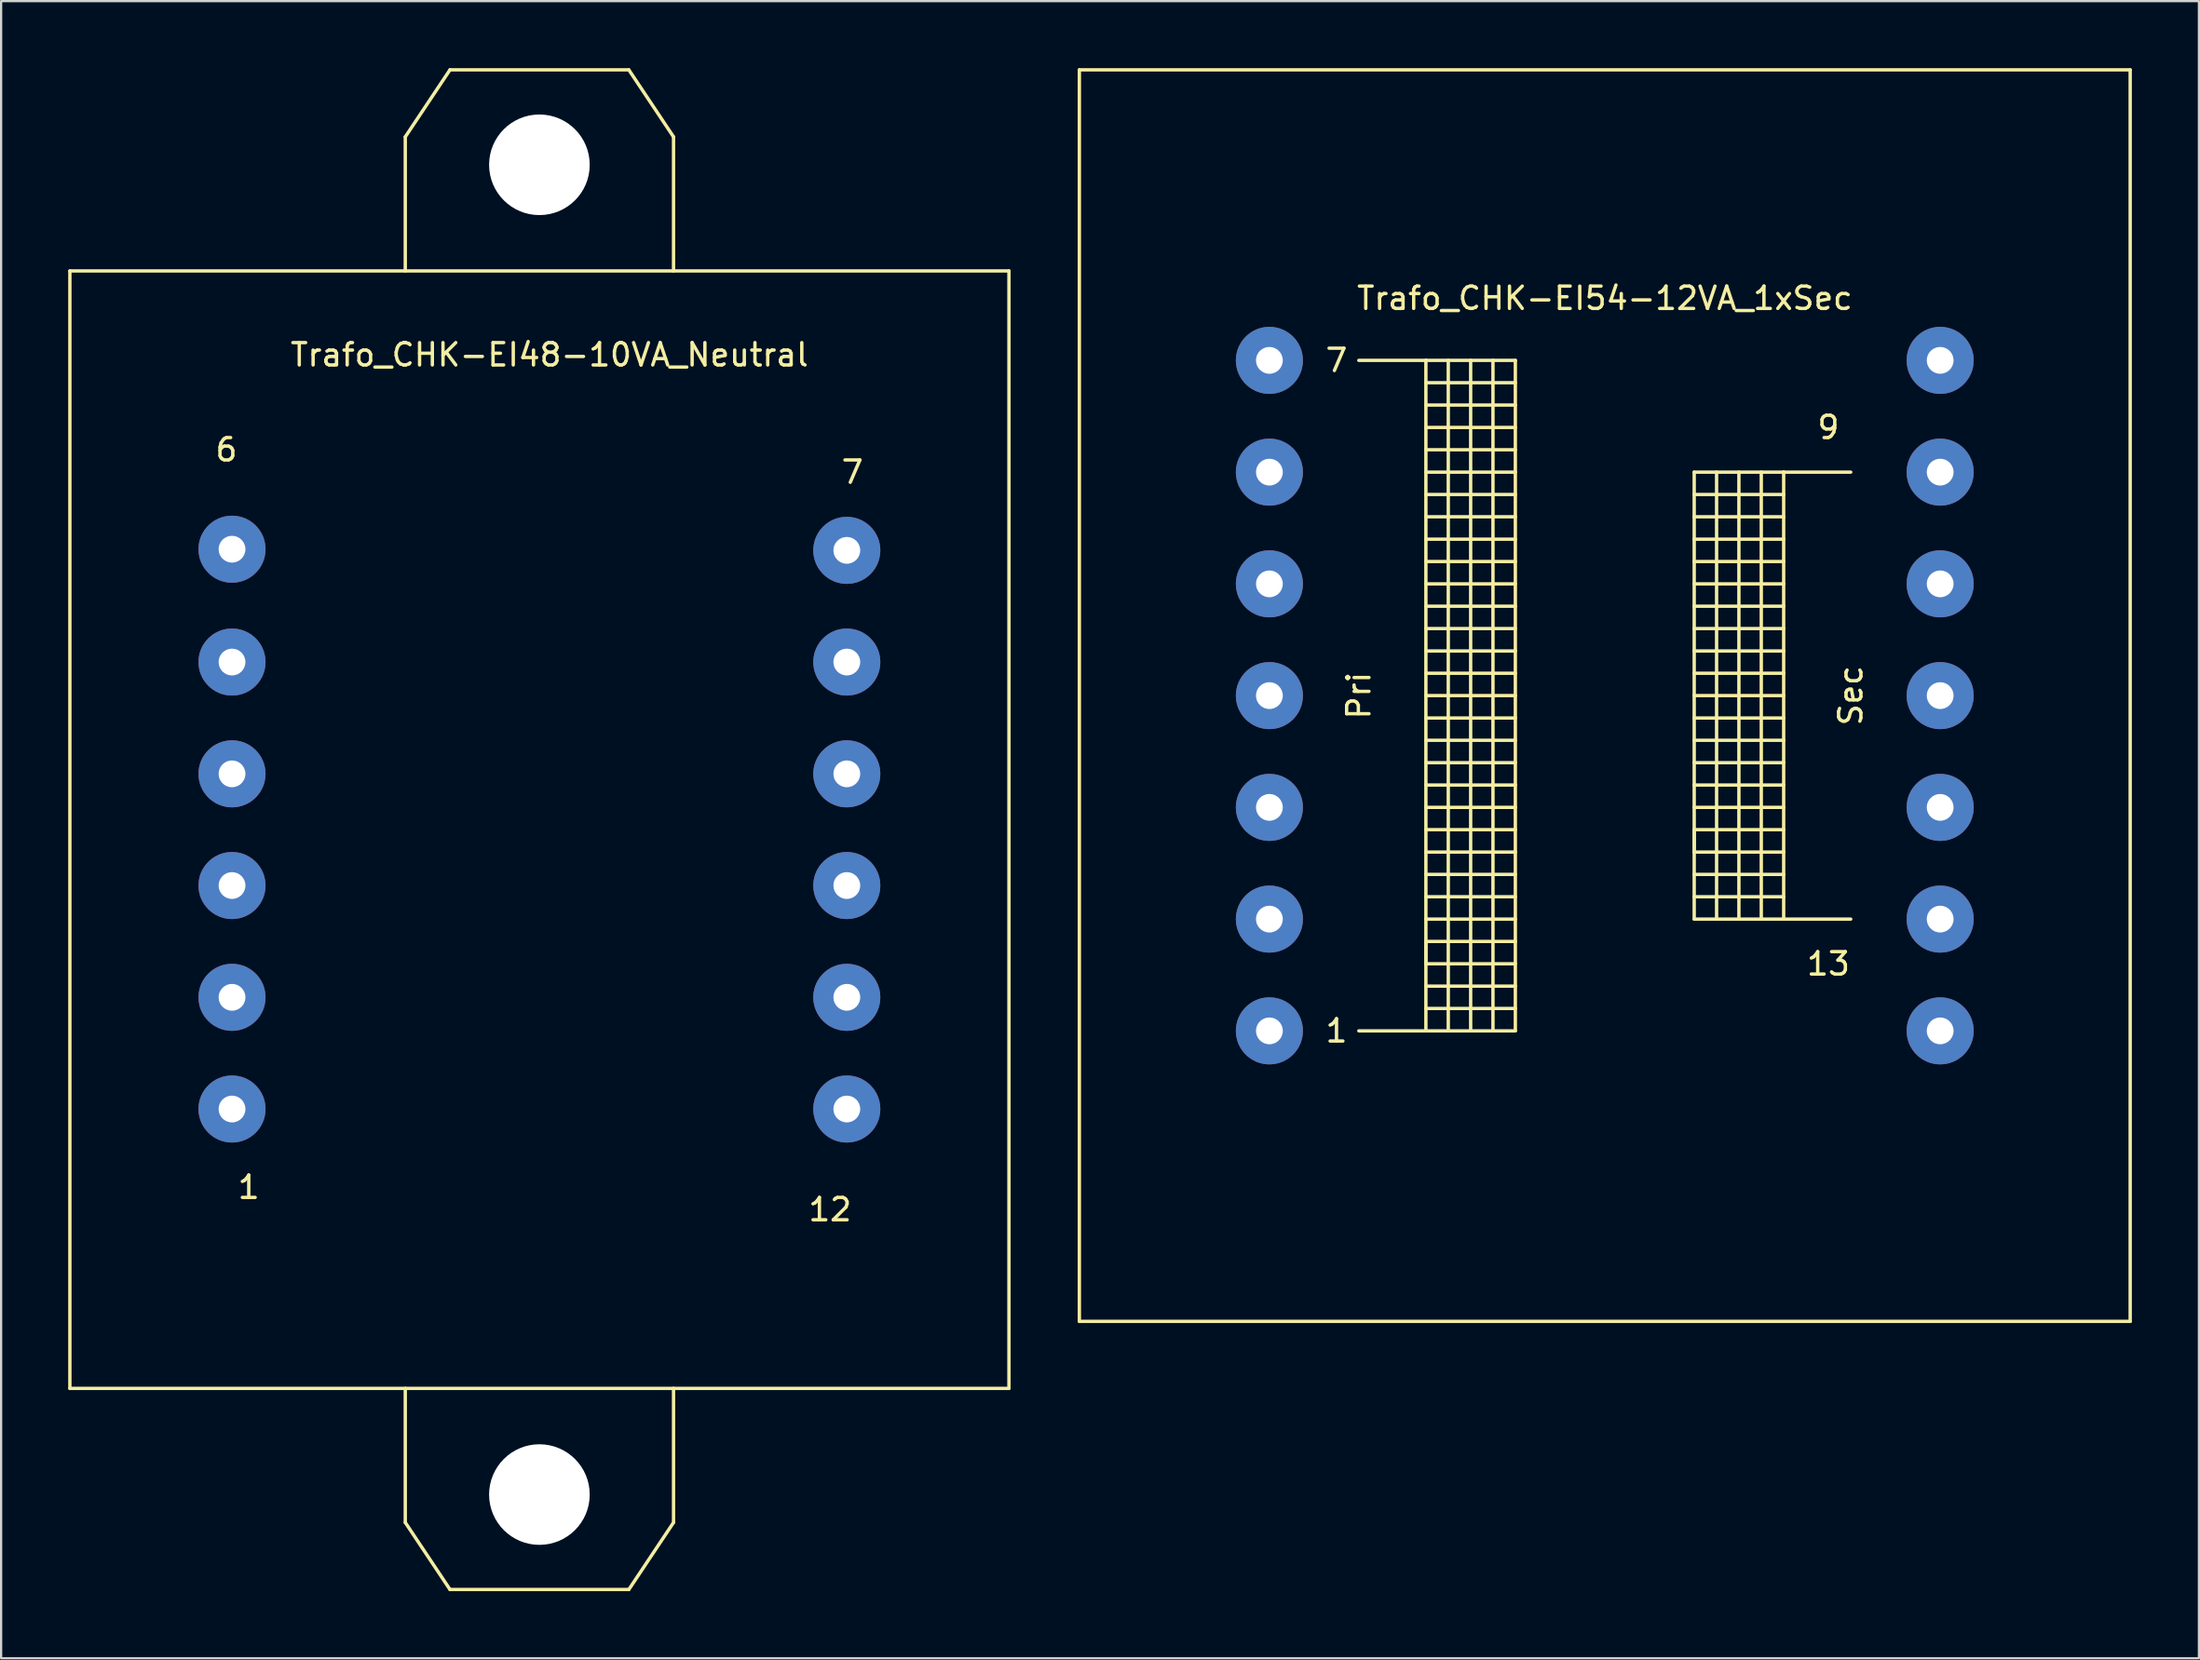
<source format=kicad_pcb>
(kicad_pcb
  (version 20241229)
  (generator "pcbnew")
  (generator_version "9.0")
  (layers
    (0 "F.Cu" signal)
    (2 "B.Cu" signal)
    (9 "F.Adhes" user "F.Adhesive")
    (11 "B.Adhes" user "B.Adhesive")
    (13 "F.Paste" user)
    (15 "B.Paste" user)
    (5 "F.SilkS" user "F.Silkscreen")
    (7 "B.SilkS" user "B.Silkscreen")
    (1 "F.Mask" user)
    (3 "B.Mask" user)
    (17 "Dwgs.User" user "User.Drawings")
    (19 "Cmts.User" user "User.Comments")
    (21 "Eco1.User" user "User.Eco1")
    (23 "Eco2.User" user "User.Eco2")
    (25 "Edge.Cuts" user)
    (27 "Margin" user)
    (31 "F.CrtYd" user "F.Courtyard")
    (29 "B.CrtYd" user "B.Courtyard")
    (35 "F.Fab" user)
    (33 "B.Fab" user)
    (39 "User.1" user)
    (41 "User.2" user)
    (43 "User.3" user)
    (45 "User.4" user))
  (footprint "Trafo_CHK-EI48-10VA_Neutral"
    (layer "F.Cu")
    (at 21.076 34.075)
    (property "Reference" "Trafo_CHK-EI48-10VA_Neutral" (at 0.45 -21.25 0) (layer "F.SilkS") (effects (font (size 1 1) (thickness 0.15))))
    (attr through_hole)
    (fp_line (start -21.001 -25.001) (end -21.001 25.001) (stroke (width 0.15) (type solid)) (layer "F.SilkS"))
    (fp_line (start -21.001 25.001) (end 21.001 25.001) (stroke (width 0.15) (type solid)) (layer "F.SilkS"))
    (fp_line (start -5.999 -31.001) (end -5.999 -25.001) (stroke (width 0.15) (type solid)) (layer "F.SilkS"))
    (fp_line (start -5.999 31.001) (end -5.999 25.001) (stroke (width 0.15) (type solid)) (layer "F.SilkS"))
    (fp_line (start -4 -34) (end -5.999 -31.001) (stroke (width 0.15) (type solid)) (layer "F.SilkS"))
    (fp_line (start -4 34) (end -5.999 31.001) (stroke (width 0.15) (type solid)) (layer "F.SilkS"))
    (fp_line (start 4 -34) (end -4 -34) (stroke (width 0.15) (type solid)) (layer "F.SilkS"))
    (fp_line (start 4 34) (end -4 34) (stroke (width 0.15) (type solid)) (layer "F.SilkS"))
    (fp_line (start 5.999 -31.001) (end 4 -34) (stroke (width 0.15) (type solid)) (layer "F.SilkS"))
    (fp_line (start 5.999 -25.001) (end 5.999 -31.001) (stroke (width 0.15) (type solid)) (layer "F.SilkS"))
    (fp_line (start 5.999 25.001) (end 5.999 31.001) (stroke (width 0.15) (type solid)) (layer "F.SilkS"))
    (fp_line (start 5.999 31.001) (end 4 34) (stroke (width 0.15) (type solid)) (layer "F.SilkS"))
    (fp_line (start 21.001 -25.001) (end -21.001 -25.001) (stroke (width 0.15) (type solid)) (layer "F.SilkS"))
    (fp_line (start 21.001 25.001) (end 21.001 -25.001) (stroke (width 0.15) (type solid)) (layer "F.SilkS"))
    (fp_text user "7" (at 14 -15.999 0) (layer "F.SilkS") (effects (font (size 1 1) (thickness 0.15))))
    (fp_text user "1" (at -13 15.999 0) (layer "F.SilkS") (effects (font (size 1 1) (thickness 0.15))))
    (fp_text user "6" (at -14 -17 0) (layer "F.SilkS") (effects (font (size 1 1) (thickness 0.15))))
    (fp_text user "12" (at 13 17 0) (layer "F.SilkS") (effects (font (size 1 1) (thickness 0.15))))
    (pad "" np_thru_hole circle (at 0 -29.751) (size 4.501 4.501) (drill 4.501) (layers "*.Cu" "*.Mask"))
    (pad "" np_thru_hole circle (at 0 29.751) (size 4.501 4.501) (drill 4.501) (layers "*.Cu" "*.Mask"))
    (pad "1" thru_hole circle (at -13.749 12.499) (size 3 3) (drill 1.199) (layers "*.Cu" "*.Mask"))
    (pad "2" thru_hole circle (at -13.749 7.501) (size 3 3) (drill 1.199) (layers "*.Cu" "*.Mask"))
    (pad "3" thru_hole circle (at -13.749 2.499) (size 3 3) (drill 1.199) (layers "*.Cu" "*.Mask"))
    (pad "4" thru_hole circle (at -13.749 -2.499) (size 3 3) (drill 1.199) (layers "*.Cu" "*.Mask"))
    (pad "5" thru_hole circle (at -13.749 -7.501) (size 3 3) (drill 1.199) (layers "*.Cu" "*.Mask"))
    (pad "6" thru_hole circle (at -13.749 -12.55) (size 3 3) (drill 1.199) (layers "*.Cu" "*.Mask"))
    (pad "7" thru_hole circle (at 13.749 -12.499) (size 3 3) (drill 1.199) (layers "*.Cu" "*.Mask"))
    (pad "8" thru_hole circle (at 13.749 -7.501) (size 3 3) (drill 1.199) (layers "*.Cu" "*.Mask"))
    (pad "9" thru_hole circle (at 13.749 -2.499) (size 3 3) (drill 1.199) (layers "*.Cu" "*.Mask"))
    (pad "10" thru_hole circle (at 13.749 2.499) (size 3 3) (drill 1.199) (layers "*.Cu" "*.Mask"))
    (pad "11" thru_hole circle (at 13.749 7.501) (size 3 3) (drill 1.199) (layers "*.Cu" "*.Mask"))
    (pad "12" thru_hole circle (at 13.749 12.499) (size 3 3) (drill 1.199) (layers "*.Cu" "*.Mask")))
  (footprint "Trafo_CHK-EI54-12VA_1xSec"
    (layer "F.Cu")
    (at 68.727 28.076)
    (property "Reference" "Trafo_CHK-EI54-12VA_1xSec" (at 0 -17.78 0) (layer "F.SilkS") (effects (font (size 1 1) (thickness 0.15))))
    (attr through_hole)
    (fp_line (start -23.5 -28.001) (end -23.5 28.001) (stroke (width 0.15) (type solid)) (layer "F.SilkS"))
    (fp_line (start -23.5 28.001) (end 23.5 28.001) (stroke (width 0.15) (type solid)) (layer "F.SilkS"))
    (fp_line (start -11.001 -15.001) (end -8.001 -15.001) (stroke (width 0.15) (type solid)) (layer "F.SilkS"))
    (fp_line (start -8.001 -15.001) (end -8.001 15.001) (stroke (width 0.15) (type solid)) (layer "F.SilkS"))
    (fp_line (start -8.001 -15.001) (end -4 -15.001) (stroke (width 0.15) (type solid)) (layer "F.SilkS"))
    (fp_line (start -8.001 -14) (end -4 -14) (stroke (width 0.15) (type solid)) (layer "F.SilkS"))
    (fp_line (start -8.001 -11.999) (end -4 -11.999) (stroke (width 0.15) (type solid)) (layer "F.SilkS"))
    (fp_line (start -8.001 -10) (end -4 -10) (stroke (width 0.15) (type solid)) (layer "F.SilkS"))
    (fp_line (start -8.001 -8.001) (end -4 -8.001) (stroke (width 0.15) (type solid)) (layer "F.SilkS"))
    (fp_line (start -8.001 -5.999) (end -4 -5.999) (stroke (width 0.15) (type solid)) (layer "F.SilkS"))
    (fp_line (start -8.001 -4) (end -4 -4) (stroke (width 0.15) (type solid)) (layer "F.SilkS"))
    (fp_line (start -8.001 -1.999) (end -4 -1.999) (stroke (width 0.15) (type solid)) (layer "F.SilkS"))
    (fp_line (start -8.001 0) (end -4 0) (stroke (width 0.15) (type solid)) (layer "F.SilkS"))
    (fp_line (start -8.001 1.999) (end -4 1.999) (stroke (width 0.15) (type solid)) (layer "F.SilkS"))
    (fp_line (start -8.001 4) (end -4 4) (stroke (width 0.15) (type solid)) (layer "F.SilkS"))
    (fp_line (start -8.001 5.999) (end -4 5.999) (stroke (width 0.15) (type solid)) (layer "F.SilkS"))
    (fp_line (start -8.001 8.001) (end -4 8.001) (stroke (width 0.15) (type solid)) (layer "F.SilkS"))
    (fp_line (start -8.001 10) (end -4 10) (stroke (width 0.15) (type solid)) (layer "F.SilkS"))
    (fp_line (start -8.001 11.001) (end -8.001 11.999) (stroke (width 0.15) (type solid)) (layer "F.SilkS"))
    (fp_line (start -8.001 11.999) (end -4 11.999) (stroke (width 0.15) (type solid)) (layer "F.SilkS"))
    (fp_line (start -8.001 14) (end -4 14) (stroke (width 0.15) (type solid)) (layer "F.SilkS"))
    (fp_line (start -8.001 15.001) (end -11.001 15.001) (stroke (width 0.15) (type solid)) (layer "F.SilkS"))
    (fp_line (start -7 -15.001) (end -7 15.001) (stroke (width 0.15) (type solid)) (layer "F.SilkS"))
    (fp_line (start -5.999 -15.001) (end -5.999 15.001) (stroke (width 0.15) (type solid)) (layer "F.SilkS"))
    (fp_line (start -5.001 3) (end -8.001 3) (stroke (width 0.15) (type solid)) (layer "F.SilkS"))
    (fp_line (start -5.001 3) (end -4 3) (stroke (width 0.15) (type solid)) (layer "F.SilkS"))
    (fp_line (start -5.001 15.001) (end -5.001 -15.001) (stroke (width 0.15) (type solid)) (layer "F.SilkS"))
    (fp_line (start -4 -15.001) (end -4 15.001) (stroke (width 0.15) (type solid)) (layer "F.SilkS"))
    (fp_line (start -4 -13) (end -8.001 -13) (stroke (width 0.15) (type solid)) (layer "F.SilkS"))
    (fp_line (start -4 -11.001) (end -8.001 -11.001) (stroke (width 0.15) (type solid)) (layer "F.SilkS"))
    (fp_line (start -4 -8.999) (end -8.001 -8.999) (stroke (width 0.15) (type solid)) (layer "F.SilkS"))
    (fp_line (start -4 -7) (end -8.001 -7) (stroke (width 0.15) (type solid)) (layer "F.SilkS"))
    (fp_line (start -4 -5.001) (end -8.001 -5.001) (stroke (width 0.15) (type solid)) (layer "F.SilkS"))
    (fp_line (start -4 -3) (end -8.001 -3) (stroke (width 0.15) (type solid)) (layer "F.SilkS"))
    (fp_line (start -4 -1.001) (end -8.001 -1.001) (stroke (width 0.15) (type solid)) (layer "F.SilkS"))
    (fp_line (start -4 1.001) (end -8.001 1.001) (stroke (width 0.15) (type solid)) (layer "F.SilkS"))
    (fp_line (start -4 5.001) (end -8.001 5.001) (stroke (width 0.15) (type solid)) (layer "F.SilkS"))
    (fp_line (start -4 7) (end -8.001 7) (stroke (width 0.15) (type solid)) (layer "F.SilkS"))
    (fp_line (start -4 8.999) (end -8.001 8.999) (stroke (width 0.15) (type solid)) (layer "F.SilkS"))
    (fp_line (start -4 11.001) (end -8.001 11.001) (stroke (width 0.15) (type solid)) (layer "F.SilkS"))
    (fp_line (start -4 13) (end -8.001 13) (stroke (width 0.15) (type solid)) (layer "F.SilkS"))
    (fp_line (start -4 15.001) (end -8.001 15.001) (stroke (width 0.15) (type solid)) (layer "F.SilkS"))
    (fp_line (start 4 -10) (end 4 10) (stroke (width 0.15) (type solid)) (layer "F.SilkS"))
    (fp_line (start 4 -8.999) (end 8.001 -8.999) (stroke (width 0.15) (type solid)) (layer "F.SilkS"))
    (fp_line (start 4 -7) (end 8.001 -7) (stroke (width 0.15) (type solid)) (layer "F.SilkS"))
    (fp_line (start 4 -5.001) (end 8.001 -5.001) (stroke (width 0.15) (type solid)) (layer "F.SilkS"))
    (fp_line (start 4 -3) (end 8.001 -3) (stroke (width 0.15) (type solid)) (layer "F.SilkS"))
    (fp_line (start 4 -1.001) (end 8.001 -1.001) (stroke (width 0.15) (type solid)) (layer "F.SilkS"))
    (fp_line (start 4 1.001) (end 8.001 1.001) (stroke (width 0.15) (type solid)) (layer "F.SilkS"))
    (fp_line (start 4 3) (end 8.001 3) (stroke (width 0.15) (type solid)) (layer "F.SilkS"))
    (fp_line (start 4 5.001) (end 8.001 5.001) (stroke (width 0.15) (type solid)) (layer "F.SilkS"))
    (fp_line (start 4 5.999) (end 4 7) (stroke (width 0.15) (type solid)) (layer "F.SilkS"))
    (fp_line (start 4 7) (end 8.001 7) (stroke (width 0.15) (type solid)) (layer "F.SilkS"))
    (fp_line (start 4 8.999) (end 8.001 8.999) (stroke (width 0.15) (type solid)) (layer "F.SilkS"))
    (fp_line (start 4 10) (end 8.001 10) (stroke (width 0.15) (type solid)) (layer "F.SilkS"))
    (fp_line (start 5.001 10) (end 5.001 -10) (stroke (width 0.15) (type solid)) (layer "F.SilkS"))
    (fp_line (start 5.999 -10) (end 5.999 10) (stroke (width 0.15) (type solid)) (layer "F.SilkS"))
    (fp_line (start 7 10) (end 7 -10) (stroke (width 0.15) (type solid)) (layer "F.SilkS"))
    (fp_line (start 8.001 -10) (end 4 -10) (stroke (width 0.15) (type solid)) (layer "F.SilkS"))
    (fp_line (start 8.001 -10) (end 8.001 10) (stroke (width 0.15) (type solid)) (layer "F.SilkS"))
    (fp_line (start 8.001 -8.001) (end 4 -8.001) (stroke (width 0.15) (type solid)) (layer "F.SilkS"))
    (fp_line (start 8.001 -5.999) (end 4 -5.999) (stroke (width 0.15) (type solid)) (layer "F.SilkS"))
    (fp_line (start 8.001 -4) (end 4 -4) (stroke (width 0.15) (type solid)) (layer "F.SilkS"))
    (fp_line (start 8.001 -1.999) (end 4 -1.999) (stroke (width 0.15) (type solid)) (layer "F.SilkS"))
    (fp_line (start 8.001 0) (end 4 0) (stroke (width 0.15) (type solid)) (layer "F.SilkS"))
    (fp_line (start 8.001 1.999) (end 4 1.999) (stroke (width 0.15) (type solid)) (layer "F.SilkS"))
    (fp_line (start 8.001 4) (end 4 4) (stroke (width 0.15) (type solid)) (layer "F.SilkS"))
    (fp_line (start 8.001 5.999) (end 4 5.999) (stroke (width 0.15) (type solid)) (layer "F.SilkS"))
    (fp_line (start 8.001 8.001) (end 4 8.001) (stroke (width 0.15) (type solid)) (layer "F.SilkS"))
    (fp_line (start 8.001 10) (end 11.001 10) (stroke (width 0.15) (type solid)) (layer "F.SilkS"))
    (fp_line (start 11.001 -10) (end 8.001 -10) (stroke (width 0.15) (type solid)) (layer "F.SilkS"))
    (fp_line (start 23.5 -28.001) (end -23.5 -28.001) (stroke (width 0.15) (type solid)) (layer "F.SilkS"))
    (fp_line (start 23.5 28.001) (end 23.5 -28.001) (stroke (width 0.15) (type solid)) (layer "F.SilkS"))
    (fp_text user "Pri" (at -11.001 0 90) (layer "F.SilkS") (effects (font (size 1 1) (thickness 0.15))))
    (fp_text user "13" (at 10 12.002 0) (layer "F.SilkS") (effects (font (size 1 1) (thickness 0.15))))
    (fp_text user "9" (at 10 -12.002 0) (layer "F.SilkS") (effects (font (size 1 1) (thickness 0.15))))
    (fp_text user "7" (at -11.999 -15.001 0) (layer "F.SilkS") (effects (font (size 1 1) (thickness 0.15))))
    (fp_text user "Sec" (at 11.001 0 90) (layer "F.SilkS") (effects (font (size 1 1) (thickness 0.15))))
    (fp_text user "1" (at -11.999 15.001 0) (layer "F.SilkS") (effects (font (size 1 1) (thickness 0.15))))
    (pad "1" thru_hole circle (at -15.001 15.001) (size 3 3) (drill 1.199) (layers "*.Cu" "*.Mask"))
    (pad "2" thru_hole circle (at -15.001 10) (size 3 3) (drill 1.199) (layers "*.Cu" "*.Mask"))
    (pad "3" thru_hole circle (at -15.001 5.001) (size 3 3) (drill 1.199) (layers "*.Cu" "*.Mask"))
    (pad "4" thru_hole circle (at -15.001 0) (size 3 3) (drill 1.199) (layers "*.Cu" "*.Mask"))
    (pad "5" thru_hole circle (at -15.001 -5.001) (size 3 3) (drill 1.199) (layers "*.Cu" "*.Mask"))
    (pad "6" thru_hole circle (at -15.001 -10) (size 3 3) (drill 1.199) (layers "*.Cu" "*.Mask"))
    (pad "7" thru_hole circle (at -15.001 -15.001) (size 3 3) (drill 1.199) (layers "*.Cu" "*.Mask"))
    (pad "8" thru_hole circle (at 15.001 -15.001) (size 3 3) (drill 1.199) (layers "*.Cu" "*.Mask"))
    (pad "9" thru_hole circle (at 15.001 -10) (size 3 3) (drill 1.199) (layers "*.Cu" "*.Mask"))
    (pad "10" thru_hole circle (at 15.001 -5.001) (size 3 3) (drill 1.199) (layers "*.Cu" "*.Mask"))
    (pad "11" thru_hole circle (at 15.001 0) (size 3 3) (drill 1.199) (layers "*.Cu" "*.Mask"))
    (pad "12" thru_hole circle (at 15.001 5.001) (size 3 3) (drill 1.199) (layers "*.Cu" "*.Mask"))
    (pad "13" thru_hole circle (at 15.001 10) (size 3 3) (drill 1.199) (layers "*.Cu" "*.Mask"))
    (pad "14" thru_hole circle (at 15.001 15.001) (size 3 3) (drill 1.199) (layers "*.Cu" "*.Mask")))
  (gr_rect
    (start -3 -3)
    (end 95.302 71.151)
    (stroke (width 0.1) (type default))
    (fill no)
    (layer "Edge.Cuts")))
</source>
